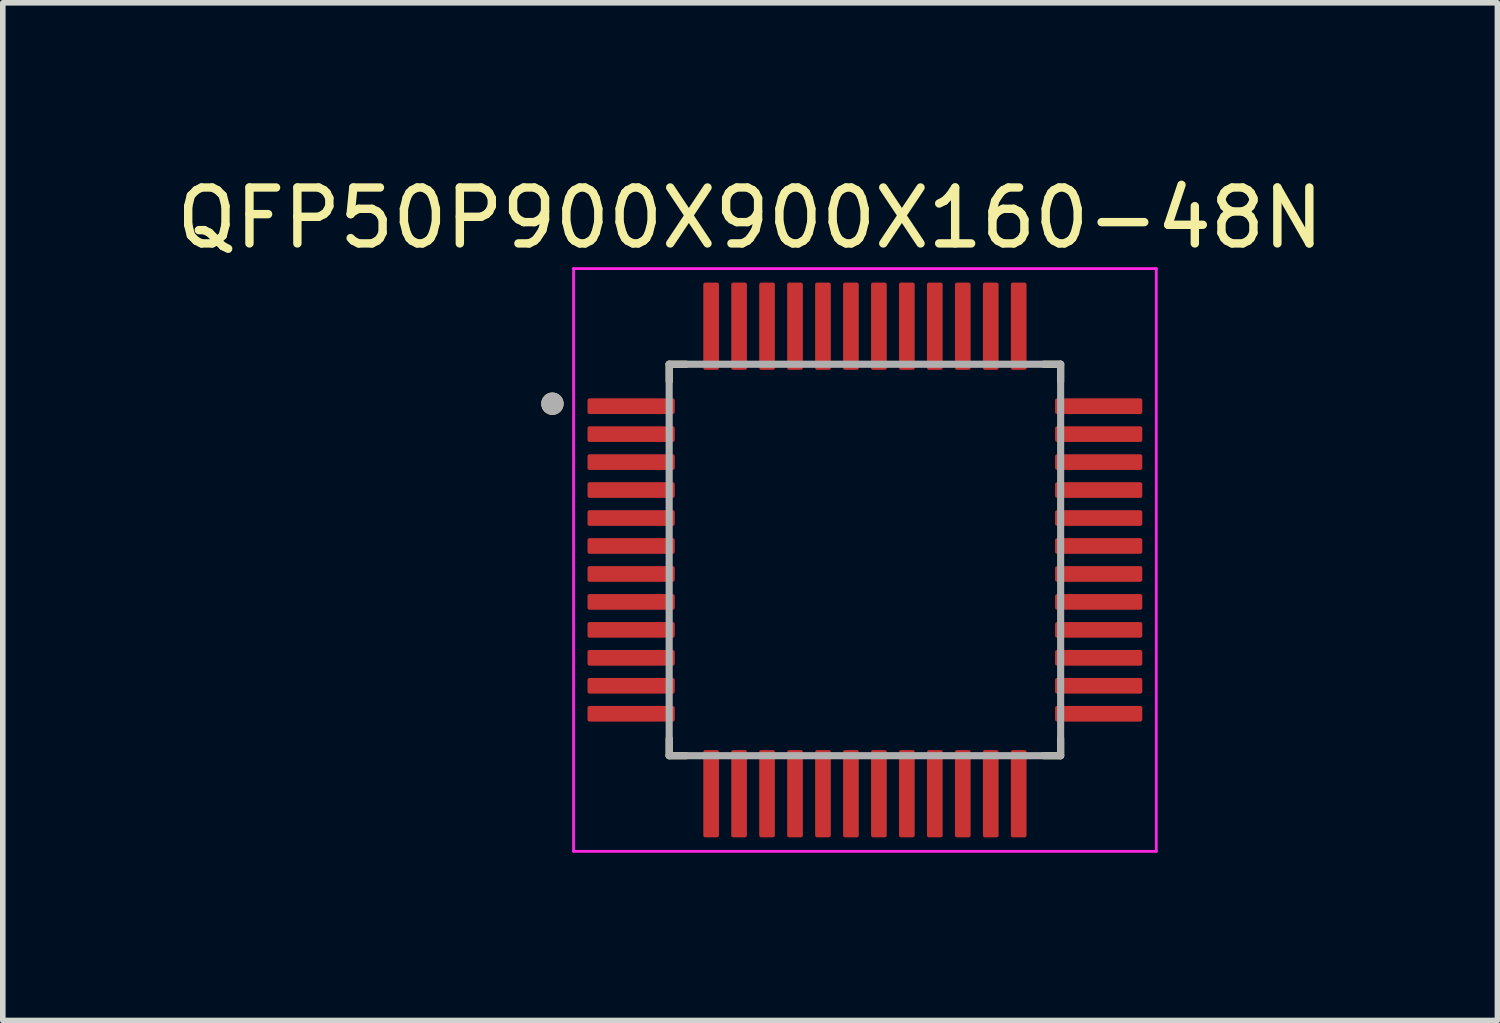
<source format=kicad_pcb>
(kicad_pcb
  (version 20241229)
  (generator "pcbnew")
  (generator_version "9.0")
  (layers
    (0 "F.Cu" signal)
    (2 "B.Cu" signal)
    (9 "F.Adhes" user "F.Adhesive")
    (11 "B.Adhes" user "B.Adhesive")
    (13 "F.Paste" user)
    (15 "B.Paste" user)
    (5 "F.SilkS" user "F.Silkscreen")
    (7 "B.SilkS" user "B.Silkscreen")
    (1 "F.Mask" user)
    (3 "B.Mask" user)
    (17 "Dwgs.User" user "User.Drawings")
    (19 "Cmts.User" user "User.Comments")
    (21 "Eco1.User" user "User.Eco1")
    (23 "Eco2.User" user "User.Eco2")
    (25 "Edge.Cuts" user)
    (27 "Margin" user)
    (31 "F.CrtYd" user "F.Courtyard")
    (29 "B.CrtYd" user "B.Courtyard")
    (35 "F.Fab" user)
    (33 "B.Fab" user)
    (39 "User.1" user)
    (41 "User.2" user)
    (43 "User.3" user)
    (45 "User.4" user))
  (footprint "QFP50P900X900X160-48N"
    (layer "F.Cu")
    (at 12.416 6.963)
    (property "Reference" "QFP50P900X900X160-48N" (at -2.053 -6.115 0) (layer "F.SilkS") (effects (font (size 1 1) (thickness 0.15))))
    (attr smd)
    (fp_line (start -3.5 -3.5) (end -3.5 -3.195) (stroke (width 0.127) (type solid)) (layer "F.SilkS"))
    (fp_line (start -3.5 -3.5) (end -3.195 -3.5) (stroke (width 0.127) (type solid)) (layer "F.SilkS"))
    (fp_line (start -3.5 3.5) (end -3.5 3.195) (stroke (width 0.127) (type solid)) (layer "F.SilkS"))
    (fp_line (start -3.5 3.5) (end -3.195 3.5) (stroke (width 0.127) (type solid)) (layer "F.SilkS"))
    (fp_line (start 3.5 -3.5) (end 3.195 -3.5) (stroke (width 0.127) (type solid)) (layer "F.SilkS"))
    (fp_line (start 3.5 -3.5) (end 3.5 -3.195) (stroke (width 0.127) (type solid)) (layer "F.SilkS"))
    (fp_line (start 3.5 3.5) (end 3.195 3.5) (stroke (width 0.127) (type solid)) (layer "F.SilkS"))
    (fp_line (start 3.5 3.5) (end 3.5 3.195) (stroke (width 0.127) (type solid)) (layer "F.SilkS"))
    (fp_circle (center -5.588 -2.794) (end -5.488 -2.794) (stroke (width 0.2) (type solid)) (fill no) (layer "F.SilkS"))
    (fp_line (start -5.21 -5.21) (end 5.21 -5.21) (stroke (width 0.05) (type solid)) (layer "F.CrtYd"))
    (fp_line (start -5.21 5.21) (end -5.21 -5.21) (stroke (width 0.05) (type solid)) (layer "F.CrtYd"))
    (fp_line (start -5.21 5.21) (end 5.21 5.21) (stroke (width 0.05) (type solid)) (layer "F.CrtYd"))
    (fp_line (start 5.21 5.21) (end 5.21 -5.21) (stroke (width 0.05) (type solid)) (layer "F.CrtYd"))
    (fp_line (start -3.5 3.5) (end -3.5 -3.5) (stroke (width 0.127) (type solid)) (layer "F.Fab"))
    (fp_line (start 3.5 -3.5) (end -3.5 -3.5) (stroke (width 0.127) (type solid)) (layer "F.Fab"))
    (fp_line (start 3.5 3.5) (end -3.5 3.5) (stroke (width 0.127) (type solid)) (layer "F.Fab"))
    (fp_line (start 3.5 3.5) (end 3.5 -3.5) (stroke (width 0.127) (type solid)) (layer "F.Fab"))
    (fp_circle (center -5.588 -2.794) (end -5.488 -2.794) (stroke (width 0.2) (type solid)) (fill no) (layer "F.Fab"))
    (pad "1" smd roundrect (at -4.18 -2.75) (size 1.56 0.28) (layers "F.Cu" "F.Mask" "F.Paste") (roundrect_rratio 0.125))
    (pad "2" smd roundrect (at -4.18 -2.25) (size 1.56 0.28) (layers "F.Cu" "F.Mask" "F.Paste") (roundrect_rratio 0.125))
    (pad "3" smd roundrect (at -4.18 -1.75) (size 1.56 0.28) (layers "F.Cu" "F.Mask" "F.Paste") (roundrect_rratio 0.125))
    (pad "4" smd roundrect (at -4.18 -1.25) (size 1.56 0.28) (layers "F.Cu" "F.Mask" "F.Paste") (roundrect_rratio 0.125))
    (pad "5" smd roundrect (at -4.18 -0.75) (size 1.56 0.28) (layers "F.Cu" "F.Mask" "F.Paste") (roundrect_rratio 0.125))
    (pad "6" smd roundrect (at -4.18 -0.25) (size 1.56 0.28) (layers "F.Cu" "F.Mask" "F.Paste") (roundrect_rratio 0.125))
    (pad "7" smd roundrect (at -4.18 0.25) (size 1.56 0.28) (layers "F.Cu" "F.Mask" "F.Paste") (roundrect_rratio 0.125))
    (pad "8" smd roundrect (at -4.18 0.75) (size 1.56 0.28) (layers "F.Cu" "F.Mask" "F.Paste") (roundrect_rratio 0.125))
    (pad "9" smd roundrect (at -4.18 1.25) (size 1.56 0.28) (layers "F.Cu" "F.Mask" "F.Paste") (roundrect_rratio 0.125))
    (pad "10" smd roundrect (at -4.18 1.75) (size 1.56 0.28) (layers "F.Cu" "F.Mask" "F.Paste") (roundrect_rratio 0.125))
    (pad "11" smd roundrect (at -4.18 2.25) (size 1.56 0.28) (layers "F.Cu" "F.Mask" "F.Paste") (roundrect_rratio 0.125))
    (pad "12" smd roundrect (at -4.18 2.75) (size 1.56 0.28) (layers "F.Cu" "F.Mask" "F.Paste") (roundrect_rratio 0.125))
    (pad "13" smd roundrect (at -2.75 4.18) (size 0.28 1.56) (layers "F.Cu" "F.Mask" "F.Paste") (roundrect_rratio 0.125))
    (pad "14" smd roundrect (at -2.25 4.18) (size 0.28 1.56) (layers "F.Cu" "F.Mask" "F.Paste") (roundrect_rratio 0.125))
    (pad "15" smd roundrect (at -1.75 4.18) (size 0.28 1.56) (layers "F.Cu" "F.Mask" "F.Paste") (roundrect_rratio 0.125))
    (pad "16" smd roundrect (at -1.25 4.18) (size 0.28 1.56) (layers "F.Cu" "F.Mask" "F.Paste") (roundrect_rratio 0.125))
    (pad "17" smd roundrect (at -0.75 4.18) (size 0.28 1.56) (layers "F.Cu" "F.Mask" "F.Paste") (roundrect_rratio 0.125))
    (pad "18" smd roundrect (at -0.25 4.18) (size 0.28 1.56) (layers "F.Cu" "F.Mask" "F.Paste") (roundrect_rratio 0.125))
    (pad "19" smd roundrect (at 0.25 4.18) (size 0.28 1.56) (layers "F.Cu" "F.Mask" "F.Paste") (roundrect_rratio 0.125))
    (pad "20" smd roundrect (at 0.75 4.18) (size 0.28 1.56) (layers "F.Cu" "F.Mask" "F.Paste") (roundrect_rratio 0.125))
    (pad "21" smd roundrect (at 1.25 4.18) (size 0.28 1.56) (layers "F.Cu" "F.Mask" "F.Paste") (roundrect_rratio 0.125))
    (pad "22" smd roundrect (at 1.75 4.18) (size 0.28 1.56) (layers "F.Cu" "F.Mask" "F.Paste") (roundrect_rratio 0.125))
    (pad "23" smd roundrect (at 2.25 4.18) (size 0.28 1.56) (layers "F.Cu" "F.Mask" "F.Paste") (roundrect_rratio 0.125))
    (pad "24" smd roundrect (at 2.75 4.18) (size 0.28 1.56) (layers "F.Cu" "F.Mask" "F.Paste") (roundrect_rratio 0.125))
    (pad "25" smd roundrect (at 4.18 2.75) (size 1.56 0.28) (layers "F.Cu" "F.Mask" "F.Paste") (roundrect_rratio 0.125))
    (pad "26" smd roundrect (at 4.18 2.25) (size 1.56 0.28) (layers "F.Cu" "F.Mask" "F.Paste") (roundrect_rratio 0.125))
    (pad "27" smd roundrect (at 4.18 1.75) (size 1.56 0.28) (layers "F.Cu" "F.Mask" "F.Paste") (roundrect_rratio 0.125))
    (pad "28" smd roundrect (at 4.18 1.25) (size 1.56 0.28) (layers "F.Cu" "F.Mask" "F.Paste") (roundrect_rratio 0.125))
    (pad "29" smd roundrect (at 4.18 0.75) (size 1.56 0.28) (layers "F.Cu" "F.Mask" "F.Paste") (roundrect_rratio 0.125))
    (pad "30" smd roundrect (at 4.18 0.25) (size 1.56 0.28) (layers "F.Cu" "F.Mask" "F.Paste") (roundrect_rratio 0.125))
    (pad "31" smd roundrect (at 4.18 -0.25) (size 1.56 0.28) (layers "F.Cu" "F.Mask" "F.Paste") (roundrect_rratio 0.125))
    (pad "32" smd roundrect (at 4.18 -0.75) (size 1.56 0.28) (layers "F.Cu" "F.Mask" "F.Paste") (roundrect_rratio 0.125))
    (pad "33" smd roundrect (at 4.18 -1.25) (size 1.56 0.28) (layers "F.Cu" "F.Mask" "F.Paste") (roundrect_rratio 0.125))
    (pad "34" smd roundrect (at 4.18 -1.75) (size 1.56 0.28) (layers "F.Cu" "F.Mask" "F.Paste") (roundrect_rratio 0.125))
    (pad "35" smd roundrect (at 4.18 -2.25) (size 1.56 0.28) (layers "F.Cu" "F.Mask" "F.Paste") (roundrect_rratio 0.125))
    (pad "36" smd roundrect (at 4.18 -2.75) (size 1.56 0.28) (layers "F.Cu" "F.Mask" "F.Paste") (roundrect_rratio 0.125))
    (pad "37" smd roundrect (at 2.75 -4.18) (size 0.28 1.56) (layers "F.Cu" "F.Mask" "F.Paste") (roundrect_rratio 0.125))
    (pad "38" smd roundrect (at 2.25 -4.18) (size 0.28 1.56) (layers "F.Cu" "F.Mask" "F.Paste") (roundrect_rratio 0.125))
    (pad "39" smd roundrect (at 1.75 -4.18) (size 0.28 1.56) (layers "F.Cu" "F.Mask" "F.Paste") (roundrect_rratio 0.125))
    (pad "40" smd roundrect (at 1.25 -4.18) (size 0.28 1.56) (layers "F.Cu" "F.Mask" "F.Paste") (roundrect_rratio 0.125))
    (pad "41" smd roundrect (at 0.75 -4.18) (size 0.28 1.56) (layers "F.Cu" "F.Mask" "F.Paste") (roundrect_rratio 0.125))
    (pad "42" smd roundrect (at 0.25 -4.18) (size 0.28 1.56) (layers "F.Cu" "F.Mask" "F.Paste") (roundrect_rratio 0.125))
    (pad "43" smd roundrect (at -0.25 -4.18) (size 0.28 1.56) (layers "F.Cu" "F.Mask" "F.Paste") (roundrect_rratio 0.125))
    (pad "44" smd roundrect (at -0.75 -4.18) (size 0.28 1.56) (layers "F.Cu" "F.Mask" "F.Paste") (roundrect_rratio 0.125))
    (pad "45" smd roundrect (at -1.25 -4.18) (size 0.28 1.56) (layers "F.Cu" "F.Mask" "F.Paste") (roundrect_rratio 0.125))
    (pad "46" smd roundrect (at -1.75 -4.18) (size 0.28 1.56) (layers "F.Cu" "F.Mask" "F.Paste") (roundrect_rratio 0.125))
    (pad "47" smd roundrect (at -2.25 -4.18) (size 0.28 1.56) (layers "F.Cu" "F.Mask" "F.Paste") (roundrect_rratio 0.125))
    (pad "48" smd roundrect (at -2.75 -4.18) (size 0.28 1.56) (layers "F.Cu" "F.Mask" "F.Paste") (roundrect_rratio 0.125)))
  (gr_rect
    (start -3 -3)
    (end 23.726 15.198)
    (stroke (width 0.1) (type default))
    (fill no)
    (layer "Edge.Cuts")))
</source>
